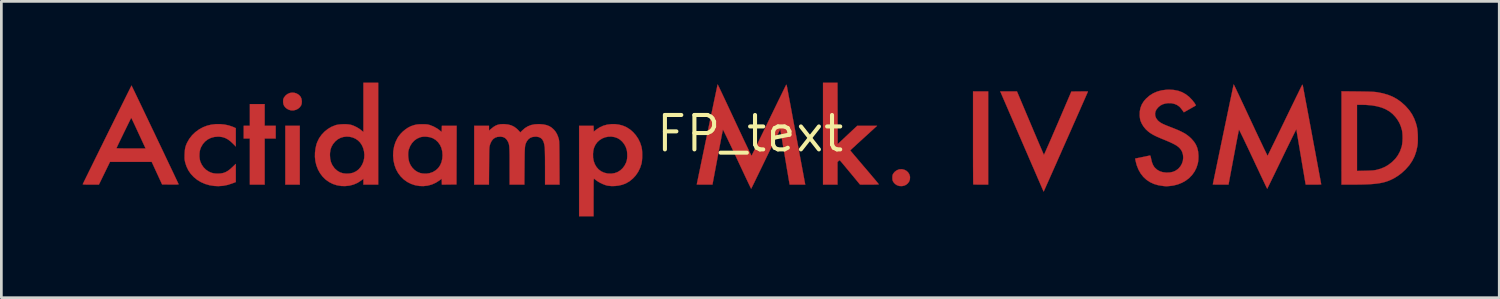
<source format=kicad_pcb>
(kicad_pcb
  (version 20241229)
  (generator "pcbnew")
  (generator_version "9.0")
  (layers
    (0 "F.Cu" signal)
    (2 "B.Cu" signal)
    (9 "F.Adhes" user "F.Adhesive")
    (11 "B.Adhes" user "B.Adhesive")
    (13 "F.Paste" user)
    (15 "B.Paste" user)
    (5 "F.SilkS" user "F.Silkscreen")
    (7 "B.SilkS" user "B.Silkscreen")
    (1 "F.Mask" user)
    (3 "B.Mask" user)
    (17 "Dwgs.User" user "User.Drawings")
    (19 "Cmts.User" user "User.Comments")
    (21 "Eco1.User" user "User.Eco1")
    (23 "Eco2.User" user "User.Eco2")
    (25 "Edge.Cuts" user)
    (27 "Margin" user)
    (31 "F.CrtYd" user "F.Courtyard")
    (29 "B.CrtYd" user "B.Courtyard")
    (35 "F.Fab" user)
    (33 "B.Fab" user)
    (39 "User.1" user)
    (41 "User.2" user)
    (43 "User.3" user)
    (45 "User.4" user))
  (footprint "FP_text"
    (layer "F.Cu")
    (at 24.64 1.885)
    (property "Reference" "FP_text" (at 0 0 0) (layer "F.SilkS") (effects (font (size 1.27 1.27) (thickness 0.15))))
    (attr through_hole)
    (fp_poly (pts (xy -16.624 1.88) (xy -17.158 1.88) (xy -17.158 -0.292) (xy -16.624 -0.292) (xy -16.624 1.88)) (stroke (width 0.01) (type solid)) (fill yes) (layer "F.Cu"))
    (fp_poly (pts (xy -17.92 -0.292) (xy -17.513 -0.292) (xy -17.513 0.178) (xy -17.92 0.178) (xy -17.92 1.88) (xy -18.466 1.88) (xy -18.466 0.178) (xy -18.694 0.178) (xy -18.694 -0.292) (xy -18.466 -0.292) (xy -18.466 -1.092) (xy -17.92 -1.092) (xy -17.92 -0.292)) (stroke (width 0.01) (type solid)) (fill yes) (layer "F.Cu"))
    (fp_poly (pts (xy 8.788 1.88) (xy 8.517 1.88) (xy 8.437 1.879) (xy 8.365 1.878) (xy 8.306 1.877) (xy 8.263 1.874) (xy 8.24 1.872) (xy 8.238 1.871) (xy 8.237 1.858) (xy 8.236 1.82) (xy 8.235 1.76) (xy 8.234 1.68) (xy 8.233 1.579) (xy 8.233 1.461) (xy 8.232 1.326) (xy 8.231 1.176) (xy 8.231 1.012) (xy 8.23 0.836) (xy 8.23 0.65) (xy 8.23 0.454) (xy 8.23 0.251) (xy 8.23 0.15) (xy 8.23 -1.562) (xy 8.788 -1.562) (xy 8.788 1.88)) (stroke (width 0.01) (type solid)) (fill yes) (layer "F.Cu"))
    (fp_poly (pts (xy -16.824 -1.51) (xy -16.738 -1.483) (xy -16.659 -1.434) (xy -16.647 -1.424) (xy -16.594 -1.364) (xy -16.562 -1.293) (xy -16.549 -1.209) (xy -16.548 -1.187) (xy -16.553 -1.118) (xy -16.567 -1.063) (xy -16.574 -1.046) (xy -16.621 -0.977) (xy -16.686 -0.922) (xy -16.763 -0.882) (xy -16.848 -0.861) (xy -16.936 -0.86) (xy -16.963 -0.864) (xy -17.048 -0.892) (xy -17.123 -0.939) (xy -17.153 -0.967) (xy -17.199 -1.024) (xy -17.226 -1.082) (xy -17.238 -1.149) (xy -17.239 -1.188) (xy -17.238 -1.242) (xy -17.23 -1.281) (xy -17.215 -1.318) (xy -17.205 -1.336) (xy -17.148 -1.41) (xy -17.077 -1.465) (xy -16.997 -1.501) (xy -16.911 -1.516) (xy -16.824 -1.51)) (stroke (width 0.01) (type solid)) (fill yes) (layer "F.Cu"))
    (fp_poly (pts (xy 5.692 1.331) (xy 5.767 1.369) (xy 5.828 1.423) (xy 5.873 1.491) (xy 5.899 1.571) (xy 5.903 1.602) (xy 5.898 1.688) (xy 5.871 1.765) (xy 5.825 1.83) (xy 5.764 1.882) (xy 5.69 1.918) (xy 5.605 1.935) (xy 5.513 1.931) (xy 5.5 1.929) (xy 5.421 1.902) (xy 5.35 1.855) (xy 5.294 1.792) (xy 5.29 1.785) (xy 5.27 1.749) (xy 5.258 1.717) (xy 5.253 1.679) (xy 5.251 1.626) (xy 5.251 1.626) (xy 5.253 1.572) (xy 5.258 1.534) (xy 5.269 1.502) (xy 5.29 1.466) (xy 5.29 1.466) (xy 5.338 1.408) (xy 5.403 1.359) (xy 5.475 1.325) (xy 5.52 1.314) (xy 5.609 1.311) (xy 5.692 1.331)) (stroke (width 0.01) (type solid)) (fill yes) (layer "F.Cu"))
    (fp_poly (pts (xy 3.229 -0.747) (xy 3.232 0.386) (xy 3.956 -0.292) (xy 4.321 -0.292) (xy 4.686 -0.292) (xy 4.531 -0.149) (xy 4.483 -0.106) (xy 4.42 -0.048) (xy 4.346 0.02) (xy 4.263 0.095) (xy 4.176 0.174) (xy 4.089 0.254) (xy 4.035 0.303) (xy 3.957 0.374) (xy 3.886 0.44) (xy 3.823 0.498) (xy 3.77 0.546) (xy 3.73 0.584) (xy 3.704 0.608) (xy 3.696 0.617) (xy 3.704 0.627) (xy 3.727 0.655) (xy 3.764 0.699) (xy 3.813 0.757) (xy 3.873 0.828) (xy 3.943 0.91) (xy 4.021 1.002) (xy 4.106 1.102) (xy 4.196 1.208) (xy 4.223 1.239) (xy 4.314 1.346) (xy 4.401 1.448) (xy 4.481 1.543) (xy 4.553 1.629) (xy 4.617 1.704) (xy 4.669 1.767) (xy 4.71 1.816) (xy 4.737 1.85) (xy 4.749 1.867) (xy 4.75 1.868) (xy 4.738 1.871) (xy 4.702 1.874) (xy 4.647 1.876) (xy 4.574 1.878) (xy 4.487 1.879) (xy 4.404 1.879) (xy 4.058 1.878) (xy 3.696 1.44) (xy 3.62 1.349) (xy 3.549 1.263) (xy 3.485 1.186) (xy 3.428 1.118) (xy 3.382 1.062) (xy 3.346 1.021) (xy 3.324 0.995) (xy 3.317 0.988) (xy 3.301 0.983) (xy 3.278 0.997) (xy 3.263 1.01) (xy 3.226 1.046) (xy 3.226 1.88) (xy 2.692 1.88) (xy 2.692 -1.88) (xy 3.226 -1.88) (xy 3.229 -0.747)) (stroke (width 0.01) (type solid)) (fill yes) (layer "F.Cu"))
    (fp_poly (pts (xy -19.398 -0.337) (xy -19.239 -0.303) (xy -19.093 -0.253) (xy -19.072 -0.244) (xy -18.986 -0.205) (xy -18.986 0.472) (xy -19.085 0.372) (xy -19.185 0.279) (xy -19.282 0.208) (xy -19.378 0.158) (xy -19.477 0.126) (xy -19.585 0.111) (xy -19.647 0.109) (xy -19.782 0.121) (xy -19.907 0.156) (xy -20.019 0.211) (xy -20.118 0.287) (xy -20.201 0.382) (xy -20.267 0.494) (xy -20.297 0.569) (xy -20.317 0.65) (xy -20.326 0.745) (xy -20.327 0.846) (xy -20.317 0.942) (xy -20.298 1.024) (xy -20.296 1.029) (xy -20.245 1.141) (xy -20.176 1.242) (xy -20.091 1.327) (xy -19.995 1.393) (xy -19.992 1.395) (xy -19.907 1.434) (xy -19.825 1.459) (xy -19.736 1.471) (xy -19.653 1.474) (xy -19.548 1.469) (xy -19.454 1.452) (xy -19.368 1.422) (xy -19.283 1.375) (xy -19.196 1.31) (xy -19.108 1.23) (xy -18.986 1.115) (xy -18.986 1.785) (xy -19.104 1.831) (xy -19.28 1.889) (xy -19.454 1.924) (xy -19.63 1.936) (xy -19.782 1.929) (xy -19.956 1.902) (xy -20.12 1.854) (xy -20.273 1.787) (xy -20.413 1.702) (xy -20.538 1.6) (xy -20.647 1.483) (xy -20.737 1.352) (xy -20.807 1.208) (xy -20.854 1.06) (xy -20.865 1.009) (xy -20.873 0.963) (xy -20.877 0.914) (xy -20.877 0.856) (xy -20.876 0.781) (xy -20.875 0.762) (xy -20.87 0.661) (xy -20.862 0.578) (xy -20.848 0.506) (xy -20.828 0.438) (xy -20.799 0.367) (xy -20.783 0.331) (xy -20.702 0.19) (xy -20.601 0.06) (xy -20.481 -0.056) (xy -20.345 -0.156) (xy -20.196 -0.238) (xy -20.045 -0.296) (xy -19.893 -0.333) (xy -19.73 -0.352) (xy -19.563 -0.353) (xy -19.398 -0.337)) (stroke (width 0.01) (type solid)) (fill yes) (layer "F.Cu"))
    (fp_poly (pts (xy -13.729 1.88) (xy -14.275 1.88) (xy -14.275 1.665) (xy -14.361 1.73) (xy -14.494 1.816) (xy -14.638 1.878) (xy -14.792 1.918) (xy -14.955 1.934) (xy -15.094 1.93) (xy -15.253 1.904) (xy -15.403 1.855) (xy -15.541 1.785) (xy -15.667 1.696) (xy -15.778 1.588) (xy -15.873 1.463) (xy -15.951 1.323) (xy -16.011 1.168) (xy -16.048 1.012) (xy -16.064 0.86) (xy -16.063 0.787) (xy -15.511 0.787) (xy -15.502 0.924) (xy -15.474 1.046) (xy -15.426 1.155) (xy -15.357 1.255) (xy -15.326 1.291) (xy -15.236 1.37) (xy -15.138 1.427) (xy -15.028 1.462) (xy -14.907 1.475) (xy -14.802 1.471) (xy -14.743 1.462) (xy -14.68 1.448) (xy -14.64 1.435) (xy -14.536 1.383) (xy -14.447 1.313) (xy -14.372 1.226) (xy -14.313 1.126) (xy -14.27 1.015) (xy -14.245 0.898) (xy -14.239 0.775) (xy -14.252 0.651) (xy -14.285 0.528) (xy -14.33 0.426) (xy -14.395 0.328) (xy -14.476 0.247) (xy -14.569 0.185) (xy -14.672 0.14) (xy -14.781 0.114) (xy -14.893 0.107) (xy -15.005 0.119) (xy -15.113 0.151) (xy -15.214 0.203) (xy -15.305 0.276) (xy -15.324 0.296) (xy -15.401 0.39) (xy -15.455 0.487) (xy -15.491 0.592) (xy -15.508 0.709) (xy -15.511 0.787) (xy -16.063 0.787) (xy -16.062 0.702) (xy -16.043 0.543) (xy -16.008 0.393) (xy -15.977 0.305) (xy -15.909 0.167) (xy -15.819 0.04) (xy -15.712 -0.074) (xy -15.589 -0.173) (xy -15.455 -0.253) (xy -15.312 -0.311) (xy -15.284 -0.32) (xy -15.209 -0.335) (xy -15.119 -0.345) (xy -15.02 -0.35) (xy -14.92 -0.35) (xy -14.828 -0.343) (xy -14.751 -0.331) (xy -14.732 -0.327) (xy -14.632 -0.292) (xy -14.527 -0.242) (xy -14.427 -0.182) (xy -14.361 -0.133) (xy -14.275 -0.064) (xy -14.275 -1.88) (xy -13.729 -1.88) (xy -13.729 1.88)) (stroke (width 0.01) (type solid)) (fill yes) (layer "F.Cu"))
    (fp_poly (pts (xy 22.419 -1.559) (xy 22.569 -1.557) (xy 22.697 -1.555) (xy 22.804 -1.553) (xy 22.894 -1.55) (xy 22.968 -1.547) (xy 23.03 -1.543) (xy 23.082 -1.539) (xy 23.126 -1.534) (xy 23.146 -1.531) (xy 23.353 -1.491) (xy 23.541 -1.437) (xy 23.714 -1.368) (xy 23.873 -1.281) (xy 24.022 -1.176) (xy 24.165 -1.05) (xy 24.213 -1.002) (xy 24.335 -0.862) (xy 24.435 -0.715) (xy 24.515 -0.558) (xy 24.579 -0.387) (xy 24.615 -0.254) (xy 24.628 -0.178) (xy 24.639 -0.083) (xy 24.646 0.024) (xy 24.649 0.135) (xy 24.649 0.246) (xy 24.645 0.348) (xy 24.636 0.435) (xy 24.634 0.453) (xy 24.591 0.649) (xy 24.528 0.832) (xy 24.443 1.001) (xy 24.336 1.16) (xy 24.205 1.309) (xy 24.188 1.327) (xy 24.056 1.448) (xy 23.924 1.549) (xy 23.783 1.637) (xy 23.735 1.663) (xy 23.648 1.705) (xy 23.561 1.742) (xy 23.47 1.773) (xy 23.373 1.8) (xy 23.267 1.822) (xy 23.151 1.84) (xy 23.022 1.854) (xy 22.878 1.865) (xy 22.717 1.872) (xy 22.536 1.877) (xy 22.332 1.879) (xy 22.241 1.879) (xy 21.831 1.88) (xy 21.831 -1.067) (xy 22.403 -1.067) (xy 22.403 1.375) (xy 22.704 1.368) (xy 22.814 1.365) (xy 22.903 1.361) (xy 22.975 1.357) (xy 23.034 1.351) (xy 23.085 1.343) (xy 23.12 1.336) (xy 23.288 1.289) (xy 23.442 1.222) (xy 23.553 1.157) (xy 23.696 1.049) (xy 23.817 0.928) (xy 23.916 0.794) (xy 23.994 0.646) (xy 24.051 0.484) (xy 24.057 0.461) (xy 24.071 0.382) (xy 24.081 0.288) (xy 24.086 0.184) (xy 24.085 0.079) (xy 24.079 -0.019) (xy 24.069 -0.103) (xy 24.062 -0.133) (xy 24.019 -0.278) (xy 23.963 -0.408) (xy 23.889 -0.529) (xy 23.822 -0.618) (xy 23.718 -0.729) (xy 23.598 -0.824) (xy 23.461 -0.903) (xy 23.307 -0.966) (xy 23.134 -1.013) (xy 22.943 -1.046) (xy 22.732 -1.063) (xy 22.573 -1.067) (xy 22.403 -1.067) (xy 21.831 -1.067) (xy 21.831 -1.565) (xy 22.419 -1.559)) (stroke (width 0.01) (type solid)) (fill yes) (layer "F.Cu"))
    (fp_poly (pts (xy -12.025 -0.349) (xy -11.966 -0.346) (xy -11.919 -0.342) (xy -11.878 -0.335) (xy -11.836 -0.323) (xy -11.824 -0.32) (xy -11.682 -0.264) (xy -11.547 -0.188) (xy -11.468 -0.131) (xy -11.386 -0.064) (xy -11.382 -0.178) (xy -11.378 -0.292) (xy -10.833 -0.292) (xy -10.839 1.873) (xy -11.378 1.88) (xy -11.382 1.772) (xy -11.386 1.663) (xy -11.462 1.721) (xy -11.601 1.81) (xy -11.749 1.876) (xy -11.904 1.918) (xy -12.065 1.935) (xy -12.205 1.93) (xy -12.365 1.903) (xy -12.517 1.852) (xy -12.657 1.781) (xy -12.784 1.69) (xy -12.896 1.581) (xy -12.992 1.455) (xy -13.069 1.315) (xy -13.124 1.166) (xy -13.163 0.992) (xy -13.178 0.817) (xy -13.177 0.789) (xy -12.623 0.789) (xy -12.617 0.877) (xy -12.605 0.963) (xy -12.588 1.036) (xy -12.585 1.048) (xy -12.534 1.162) (xy -12.465 1.262) (xy -12.381 1.345) (xy -12.284 1.409) (xy -12.176 1.453) (xy -12.078 1.471) (xy -11.95 1.475) (xy -11.834 1.458) (xy -11.724 1.421) (xy -11.701 1.41) (xy -11.596 1.345) (xy -11.509 1.262) (xy -11.441 1.164) (xy -11.392 1.05) (xy -11.363 0.922) (xy -11.354 0.794) (xy -11.364 0.653) (xy -11.395 0.528) (xy -11.446 0.415) (xy -11.519 0.314) (xy -11.524 0.309) (xy -11.612 0.227) (xy -11.709 0.168) (xy -11.819 0.13) (xy -11.942 0.112) (xy -11.989 0.11) (xy -12.061 0.111) (xy -12.118 0.118) (xy -12.171 0.13) (xy -12.195 0.138) (xy -12.305 0.188) (xy -12.401 0.259) (xy -12.483 0.349) (xy -12.549 0.455) (xy -12.597 0.576) (xy -12.613 0.639) (xy -12.621 0.706) (xy -12.623 0.789) (xy -13.177 0.789) (xy -13.172 0.645) (xy -13.143 0.477) (xy -13.093 0.317) (xy -13.021 0.168) (xy -12.978 0.1) (xy -12.907 0.01) (xy -12.821 -0.078) (xy -12.725 -0.157) (xy -12.626 -0.224) (xy -12.529 -0.273) (xy -12.512 -0.28) (xy -12.435 -0.307) (xy -12.369 -0.326) (xy -12.305 -0.339) (xy -12.236 -0.346) (xy -12.154 -0.349) (xy -12.103 -0.349) (xy -12.025 -0.349)) (stroke (width 0.01) (type solid)) (fill yes) (layer "F.Cu"))
    (fp_poly (pts (xy 10.344 -0.393) (xy 10.413 -0.23) (xy 10.479 -0.073) (xy 10.542 0.075) (xy 10.601 0.214) (xy 10.655 0.341) (xy 10.704 0.455) (xy 10.747 0.555) (xy 10.783 0.639) (xy 10.811 0.704) (xy 10.832 0.751) (xy 10.843 0.776) (xy 10.846 0.781) (xy 10.852 0.77) (xy 10.867 0.738) (xy 10.891 0.685) (xy 10.923 0.614) (xy 10.962 0.525) (xy 11.008 0.421) (xy 11.06 0.303) (xy 11.117 0.172) (xy 11.178 0.03) (xy 11.243 -0.121) (xy 11.312 -0.28) (xy 11.357 -0.385) (xy 11.859 -1.556) (xy 12.165 -1.559) (xy 12.251 -1.56) (xy 12.327 -1.56) (xy 12.39 -1.56) (xy 12.437 -1.559) (xy 12.465 -1.558) (xy 12.471 -1.557) (xy 12.466 -1.545) (xy 12.452 -1.511) (xy 12.428 -1.457) (xy 12.396 -1.384) (xy 12.357 -1.294) (xy 12.31 -1.189) (xy 12.257 -1.069) (xy 12.199 -0.937) (xy 12.136 -0.793) (xy 12.068 -0.64) (xy 11.997 -0.479) (xy 11.922 -0.311) (xy 11.846 -0.138) (xy 11.768 0.039) (xy 11.689 0.217) (xy 11.609 0.397) (xy 11.53 0.575) (xy 11.453 0.751) (xy 11.376 0.923) (xy 11.303 1.09) (xy 11.232 1.249) (xy 11.165 1.4) (xy 11.102 1.541) (xy 11.045 1.671) (xy 10.993 1.788) (xy 10.947 1.89) (xy 10.909 1.976) (xy 10.878 2.045) (xy 10.856 2.095) (xy 10.843 2.124) (xy 10.84 2.131) (xy 10.831 2.127) (xy 10.829 2.125) (xy 10.824 2.113) (xy 10.809 2.079) (xy 10.785 2.024) (xy 10.754 1.951) (xy 10.714 1.861) (xy 10.669 1.755) (xy 10.616 1.635) (xy 10.559 1.502) (xy 10.497 1.358) (xy 10.43 1.205) (xy 10.36 1.043) (xy 10.287 0.875) (xy 10.213 0.702) (xy 10.136 0.526) (xy 10.059 0.347) (xy 9.981 0.168) (xy 9.904 -0.01) (xy 9.829 -0.185) (xy 9.755 -0.356) (xy 9.683 -0.522) (xy 9.615 -0.68) (xy 9.55 -0.829) (xy 9.49 -0.969) (xy 9.435 -1.096) (xy 9.385 -1.211) (xy 9.342 -1.31) (xy 9.306 -1.393) (xy 9.278 -1.459) (xy 9.276 -1.464) (xy 9.234 -1.562) (xy 9.85 -1.562) (xy 10.344 -0.393)) (stroke (width 0.01) (type solid)) (fill yes) (layer "F.Cu"))
    (fp_poly (pts (xy -4.981 -0.352) (xy -4.85 -0.336) (xy -4.721 -0.304) (xy -4.7 -0.297) (xy -4.564 -0.239) (xy -4.437 -0.159) (xy -4.321 -0.059) (xy -4.218 0.058) (xy -4.13 0.189) (xy -4.06 0.332) (xy -4.01 0.484) (xy -4.004 0.513) (xy -3.991 0.59) (xy -3.984 0.686) (xy -3.982 0.79) (xy -3.984 0.895) (xy -3.992 0.995) (xy -4.004 1.08) (xy -4.01 1.108) (xy -4.061 1.263) (xy -4.132 1.408) (xy -4.222 1.54) (xy -4.329 1.656) (xy -4.449 1.755) (xy -4.583 1.833) (xy -4.603 1.842) (xy -4.722 1.886) (xy -4.855 1.916) (xy -4.993 1.932) (xy -5.13 1.933) (xy -5.257 1.919) (xy -5.29 1.912) (xy -5.361 1.89) (xy -5.444 1.857) (xy -5.53 1.816) (xy -5.608 1.772) (xy -5.669 1.731) (xy -5.707 1.702) (xy -5.739 1.677) (xy -5.755 1.665) (xy -5.76 1.662) (xy -5.764 1.663) (xy -5.768 1.668) (xy -5.771 1.681) (xy -5.773 1.703) (xy -5.775 1.736) (xy -5.776 1.781) (xy -5.777 1.842) (xy -5.778 1.919) (xy -5.778 2.016) (xy -5.778 2.132) (xy -5.778 2.272) (xy -5.779 2.348) (xy -5.779 3.048) (xy -6.312 3.048) (xy -6.312 0.743) (xy -5.799 0.743) (xy -5.797 0.882) (xy -5.773 1.011) (xy -5.731 1.127) (xy -5.671 1.23) (xy -5.594 1.317) (xy -5.502 1.387) (xy -5.396 1.437) (xy -5.278 1.467) (xy -5.245 1.471) (xy -5.116 1.474) (xy -4.998 1.455) (xy -4.895 1.418) (xy -4.794 1.356) (xy -4.706 1.275) (xy -4.633 1.178) (xy -4.578 1.068) (xy -4.554 0.995) (xy -4.541 0.923) (xy -4.535 0.836) (xy -4.536 0.745) (xy -4.543 0.658) (xy -4.553 0.6) (xy -4.59 0.49) (xy -4.646 0.387) (xy -4.718 0.296) (xy -4.802 0.22) (xy -4.892 0.165) (xy -5.006 0.125) (xy -5.123 0.107) (xy -5.24 0.111) (xy -5.354 0.134) (xy -5.461 0.177) (xy -5.558 0.238) (xy -5.642 0.315) (xy -5.709 0.409) (xy -5.721 0.432) (xy -5.755 0.505) (xy -5.777 0.575) (xy -5.791 0.65) (xy -5.799 0.74) (xy -5.799 0.743) (xy -6.312 0.743) (xy -6.312 -0.292) (xy -5.779 -0.292) (xy -5.776 -0.185) (xy -5.772 -0.077) (xy -5.69 -0.142) (xy -5.559 -0.23) (xy -5.422 -0.294) (xy -5.277 -0.334) (xy -5.124 -0.352) (xy -4.981 -0.352)) (stroke (width 0.01) (type solid)) (fill yes) (layer "F.Cu"))
    (fp_poly (pts (xy -22.829 -1.766) (xy -22.813 -1.733) (xy -22.787 -1.681) (xy -22.753 -1.61) (xy -22.71 -1.522) (xy -22.661 -1.418) (xy -22.604 -1.3) (xy -22.542 -1.17) (xy -22.474 -1.029) (xy -22.402 -0.878) (xy -22.326 -0.719) (xy -22.247 -0.554) (xy -22.166 -0.383) (xy -22.083 -0.209) (xy -21.998 -0.033) (xy -21.914 0.144) (xy -21.83 0.321) (xy -21.747 0.494) (xy -21.666 0.664) (xy -21.588 0.829) (xy -21.513 0.987) (xy -21.442 1.137) (xy -21.375 1.277) (xy -21.314 1.405) (xy -21.259 1.521) (xy -21.211 1.623) (xy -21.17 1.709) (xy -21.138 1.778) (xy -21.114 1.828) (xy -21.101 1.858) (xy -21.097 1.867) (xy -21.106 1.871) (xy -21.135 1.874) (xy -21.187 1.877) (xy -21.263 1.877) (xy -21.362 1.877) (xy -21.399 1.877) (xy -21.706 1.873) (xy -21.898 1.457) (xy -22.089 1.041) (xy -23.63 1.041) (xy -24.039 1.88) (xy -24.34 1.88) (xy -24.444 1.879) (xy -24.524 1.878) (xy -24.581 1.876) (xy -24.618 1.872) (xy -24.634 1.868) (xy -24.635 1.866) (xy -24.629 1.851) (xy -24.612 1.816) (xy -24.585 1.76) (xy -24.549 1.687) (xy -24.505 1.597) (xy -24.453 1.492) (xy -24.395 1.373) (xy -24.33 1.242) (xy -24.26 1.1) (xy -24.186 0.949) (xy -24.107 0.789) (xy -24.026 0.624) (xy -23.982 0.535) (xy -23.391 0.535) (xy -23.38 0.537) (xy -23.345 0.54) (xy -23.289 0.542) (xy -23.215 0.543) (xy -23.123 0.545) (xy -23.016 0.546) (xy -22.896 0.546) (xy -22.855 0.546) (xy -22.315 0.546) (xy -22.414 0.333) (xy -22.446 0.264) (xy -22.486 0.177) (xy -22.532 0.079) (xy -22.581 -0.027) (xy -22.63 -0.133) (xy -22.676 -0.232) (xy -22.716 -0.319) (xy -22.754 -0.399) (xy -22.787 -0.468) (xy -22.814 -0.523) (xy -22.833 -0.562) (xy -22.844 -0.582) (xy -22.846 -0.584) (xy -22.853 -0.573) (xy -22.869 -0.541) (xy -22.893 -0.493) (xy -22.925 -0.429) (xy -22.962 -0.353) (xy -23.004 -0.268) (xy -23.049 -0.175) (xy -23.096 -0.079) (xy -23.144 0.019) (xy -23.191 0.116) (xy -23.236 0.209) (xy -23.278 0.295) (xy -23.315 0.372) (xy -23.346 0.438) (xy -23.37 0.489) (xy -23.386 0.522) (xy -23.391 0.535) (xy -23.982 0.535) (xy -23.941 0.453) (xy -23.856 0.28) (xy -23.769 0.104) (xy -23.682 -0.073) (xy -23.595 -0.248) (xy -23.509 -0.421) (xy -23.426 -0.59) (xy -23.345 -0.754) (xy -23.267 -0.91) (xy -23.193 -1.059) (xy -23.124 -1.197) (xy -23.061 -1.325) (xy -23.004 -1.439) (xy -22.954 -1.54) (xy -22.912 -1.624) (xy -22.878 -1.692) (xy -22.854 -1.741) (xy -22.839 -1.77) (xy -22.835 -1.777) (xy -22.829 -1.766)) (stroke (width 0.01) (type solid)) (fill yes) (layer "F.Cu"))
    (fp_poly (pts (xy -9.061 -0.352) (xy -8.929 -0.338) (xy -8.813 -0.306) (xy -8.709 -0.255) (xy -8.614 -0.184) (xy -8.553 -0.125) (xy -8.483 -0.048) (xy -8.416 -0.114) (xy -8.314 -0.204) (xy -8.205 -0.271) (xy -8.087 -0.318) (xy -7.958 -0.345) (xy -7.814 -0.353) (xy -7.754 -0.352) (xy -7.622 -0.34) (xy -7.509 -0.315) (xy -7.412 -0.277) (xy -7.326 -0.223) (xy -7.248 -0.153) (xy -7.242 -0.147) (xy -7.183 -0.075) (xy -7.135 0.004) (xy -7.095 0.096) (xy -7.072 0.166) (xy -7.066 0.186) (xy -7.061 0.205) (xy -7.057 0.225) (xy -7.053 0.249) (xy -7.05 0.278) (xy -7.048 0.316) (xy -7.046 0.363) (xy -7.044 0.421) (xy -7.043 0.494) (xy -7.042 0.582) (xy -7.041 0.688) (xy -7.04 0.814) (xy -7.039 0.963) (xy -7.039 1.07) (xy -7.035 1.88) (xy -7.569 1.88) (xy -7.569 1.241) (xy -7.57 1.112) (xy -7.57 0.988) (xy -7.571 0.87) (xy -7.573 0.763) (xy -7.575 0.669) (xy -7.577 0.592) (xy -7.579 0.533) (xy -7.582 0.497) (xy -7.582 0.495) (xy -7.601 0.38) (xy -7.63 0.286) (xy -7.671 0.214) (xy -7.724 0.162) (xy -7.791 0.128) (xy -7.872 0.111) (xy -7.931 0.109) (xy -8.031 0.121) (xy -8.116 0.153) (xy -8.186 0.206) (xy -8.241 0.279) (xy -8.25 0.295) (xy -8.265 0.325) (xy -8.278 0.354) (xy -8.289 0.383) (xy -8.298 0.415) (xy -8.305 0.452) (xy -8.311 0.496) (xy -8.315 0.55) (xy -8.319 0.616) (xy -8.322 0.696) (xy -8.324 0.793) (xy -8.325 0.908) (xy -8.327 1.044) (xy -8.328 1.197) (xy -8.333 1.88) (xy -8.877 1.88) (xy -8.878 1.197) (xy -8.878 1.035) (xy -8.878 0.897) (xy -8.879 0.78) (xy -8.881 0.681) (xy -8.883 0.599) (xy -8.886 0.531) (xy -8.89 0.476) (xy -8.896 0.431) (xy -8.903 0.393) (xy -8.911 0.361) (xy -8.922 0.333) (xy -8.934 0.306) (xy -8.941 0.29) (xy -8.99 0.213) (xy -9.048 0.158) (xy -9.119 0.124) (xy -9.204 0.11) (xy -9.233 0.11) (xy -9.331 0.119) (xy -9.413 0.148) (xy -9.482 0.196) (xy -9.539 0.264) (xy -9.584 0.355) (xy -9.606 0.418) (xy -9.611 0.437) (xy -9.616 0.458) (xy -9.62 0.481) (xy -9.624 0.51) (xy -9.626 0.546) (xy -9.629 0.593) (xy -9.63 0.651) (xy -9.632 0.724) (xy -9.633 0.813) (xy -9.634 0.921) (xy -9.635 1.05) (xy -9.636 1.191) (xy -9.641 1.88) (xy -10.185 1.88) (xy -10.185 -0.292) (xy -9.639 -0.292) (xy -9.639 -0.114) (xy -9.558 -0.182) (xy -9.47 -0.251) (xy -9.388 -0.3) (xy -9.306 -0.332) (xy -9.217 -0.349) (xy -9.114 -0.354) (xy -9.061 -0.352)) (stroke (width 0.01) (type solid)) (fill yes) (layer "F.Cu"))
    (fp_poly (pts (xy 15.641 -1.615) (xy 15.8 -1.584) (xy 15.947 -1.531) (xy 16.083 -1.455) (xy 16.209 -1.357) (xy 16.326 -1.235) (xy 16.405 -1.133) (xy 16.432 -1.091) (xy 16.449 -1.06) (xy 16.452 -1.042) (xy 16.451 -1.041) (xy 16.437 -1.032) (xy 16.405 -1.012) (xy 16.357 -0.985) (xy 16.298 -0.951) (xy 16.231 -0.913) (xy 16.225 -0.91) (xy 16.011 -0.789) (xy 15.951 -0.875) (xy 15.915 -0.921) (xy 15.878 -0.966) (xy 15.847 -0.998) (xy 15.844 -1.001) (xy 15.756 -1.062) (xy 15.654 -1.103) (xy 15.543 -1.126) (xy 15.425 -1.127) (xy 15.319 -1.111) (xy 15.23 -1.084) (xy 15.154 -1.045) (xy 15.083 -0.99) (xy 15.067 -0.975) (xy 15.004 -0.9) (xy 14.964 -0.82) (xy 14.949 -0.736) (xy 14.957 -0.652) (xy 14.989 -0.571) (xy 15.044 -0.496) (xy 15.072 -0.469) (xy 15.109 -0.438) (xy 15.149 -0.409) (xy 15.195 -0.382) (xy 15.252 -0.353) (xy 15.323 -0.322) (xy 15.41 -0.286) (xy 15.518 -0.244) (xy 15.526 -0.241) (xy 15.672 -0.184) (xy 15.798 -0.132) (xy 15.905 -0.083) (xy 15.997 -0.035) (xy 16.078 0.012) (xy 16.149 0.062) (xy 16.216 0.116) (xy 16.28 0.175) (xy 16.295 0.19) (xy 16.386 0.294) (xy 16.456 0.404) (xy 16.506 0.522) (xy 16.537 0.652) (xy 16.55 0.797) (xy 16.551 0.844) (xy 16.548 0.943) (xy 16.54 1.028) (xy 16.525 1.107) (xy 16.524 1.109) (xy 16.476 1.259) (xy 16.406 1.398) (xy 16.316 1.524) (xy 16.208 1.636) (xy 16.083 1.732) (xy 15.943 1.811) (xy 15.79 1.872) (xy 15.626 1.914) (xy 15.502 1.93) (xy 15.445 1.935) (xy 15.397 1.939) (xy 15.365 1.941) (xy 15.354 1.941) (xy 15.34 1.939) (xy 15.306 1.936) (xy 15.26 1.932) (xy 15.246 1.93) (xy 15.07 1.903) (xy 14.908 1.856) (xy 14.761 1.788) (xy 14.63 1.7) (xy 14.514 1.593) (xy 14.416 1.467) (xy 14.335 1.324) (xy 14.271 1.162) (xy 14.232 1.01) (xy 14.223 0.966) (xy 14.217 0.934) (xy 14.215 0.919) (xy 14.215 0.919) (xy 14.228 0.916) (xy 14.262 0.909) (xy 14.313 0.898) (xy 14.378 0.885) (xy 14.453 0.869) (xy 14.478 0.864) (xy 14.557 0.848) (xy 14.628 0.833) (xy 14.688 0.821) (xy 14.732 0.811) (xy 14.756 0.806) (xy 14.758 0.805) (xy 14.768 0.807) (xy 14.777 0.822) (xy 14.787 0.852) (xy 14.798 0.902) (xy 14.804 0.932) (xy 14.831 1.045) (xy 14.865 1.136) (xy 14.906 1.21) (xy 14.941 1.255) (xy 15.026 1.332) (xy 15.125 1.387) (xy 15.237 1.422) (xy 15.364 1.436) (xy 15.387 1.436) (xy 15.506 1.43) (xy 15.608 1.408) (xy 15.698 1.37) (xy 15.782 1.313) (xy 15.82 1.28) (xy 15.891 1.196) (xy 15.943 1.1) (xy 15.976 0.996) (xy 15.988 0.887) (xy 15.98 0.78) (xy 15.95 0.677) (xy 15.939 0.653) (xy 15.908 0.598) (xy 15.869 0.548) (xy 15.822 0.5) (xy 15.762 0.454) (xy 15.689 0.408) (xy 15.599 0.361) (xy 15.491 0.31) (xy 15.362 0.255) (xy 15.265 0.215) (xy 15.128 0.159) (xy 15.012 0.108) (xy 14.914 0.06) (xy 14.83 0.013) (xy 14.757 -0.034) (xy 14.691 -0.085) (xy 14.63 -0.141) (xy 14.604 -0.166) (xy 14.528 -0.257) (xy 14.462 -0.363) (xy 14.413 -0.473) (xy 14.407 -0.492) (xy 14.398 -0.532) (xy 14.389 -0.589) (xy 14.382 -0.65) (xy 14.381 -0.673) (xy 14.384 -0.819) (xy 14.411 -0.956) (xy 14.461 -1.083) (xy 14.536 -1.202) (xy 14.617 -1.294) (xy 14.743 -1.404) (xy 14.88 -1.491) (xy 15.03 -1.556) (xy 15.192 -1.6) (xy 15.367 -1.622) (xy 15.469 -1.626) (xy 15.641 -1.615)) (stroke (width 0.01) (type solid)) (fill yes) (layer "F.Cu"))
    (fp_poly (pts (xy -1.198 -1.814) (xy -1.195 -1.81) (xy -1.19 -1.802) (xy -1.182 -1.788) (xy -1.171 -1.766) (xy -1.157 -1.737) (xy -1.138 -1.699) (xy -1.115 -1.65) (xy -1.086 -1.59) (xy -1.052 -1.518) (xy -1.011 -1.431) (xy -0.963 -1.33) (xy -0.908 -1.213) (xy -0.845 -1.078) (xy -0.774 -0.926) (xy -0.693 -0.754) (xy -0.603 -0.561) (xy -0.503 -0.347) (xy -0.482 -0.302) (xy -0.408 -0.144) (xy -0.336 0.008) (xy -0.269 0.152) (xy -0.206 0.285) (xy -0.147 0.407) (xy -0.095 0.516) (xy -0.05 0.611) (xy -0.012 0.689) (xy 0.018 0.75) (xy 0.04 0.792) (xy 0.051 0.813) (xy 0.053 0.815) (xy 0.06 0.803) (xy 0.077 0.769) (xy 0.103 0.715) (xy 0.139 0.643) (xy 0.182 0.554) (xy 0.234 0.449) (xy 0.292 0.33) (xy 0.356 0.198) (xy 0.426 0.054) (xy 0.5 -0.099) (xy 0.578 -0.26) (xy 0.66 -0.428) (xy 0.692 -0.495) (xy 0.775 -0.666) (xy 0.855 -0.83) (xy 0.931 -0.987) (xy 1.002 -1.134) (xy 1.069 -1.271) (xy 1.13 -1.395) (xy 1.184 -1.506) (xy 1.231 -1.602) (xy 1.27 -1.681) (xy 1.3 -1.743) (xy 1.321 -1.785) (xy 1.332 -1.806) (xy 1.333 -1.808) (xy 1.341 -1.803) (xy 1.351 -1.778) (xy 1.358 -1.751) (xy 1.361 -1.733) (xy 1.369 -1.692) (xy 1.38 -1.63) (xy 1.396 -1.548) (xy 1.414 -1.448) (xy 1.436 -1.331) (xy 1.461 -1.2) (xy 1.488 -1.056) (xy 1.517 -0.901) (xy 1.547 -0.737) (xy 1.579 -0.565) (xy 1.612 -0.387) (xy 1.646 -0.205) (xy 1.681 -0.021) (xy 1.715 0.164) (xy 1.75 0.348) (xy 1.783 0.529) (xy 1.816 0.705) (xy 1.848 0.876) (xy 1.878 1.038) (xy 1.907 1.191) (xy 1.933 1.332) (xy 1.957 1.459) (xy 1.978 1.572) (xy 1.996 1.669) (xy 2.01 1.746) (xy 2.021 1.804) (xy 2.027 1.838) (xy 2.035 1.88) (xy 1.461 1.88) (xy 1.455 1.851) (xy 1.451 1.834) (xy 1.445 1.794) (xy 1.434 1.733) (xy 1.42 1.653) (xy 1.404 1.556) (xy 1.385 1.443) (xy 1.363 1.318) (xy 1.34 1.18) (xy 1.316 1.034) (xy 1.29 0.88) (xy 1.283 0.838) (xy 1.257 0.683) (xy 1.232 0.535) (xy 1.208 0.396) (xy 1.187 0.268) (xy 1.168 0.153) (xy 1.151 0.053) (xy 1.137 -0.03) (xy 1.126 -0.095) (xy 1.118 -0.139) (xy 1.115 -0.16) (xy 1.114 -0.162) (xy 1.108 -0.153) (xy 1.092 -0.123) (xy 1.067 -0.073) (xy 1.033 -0.004) (xy 0.99 0.081) (xy 0.941 0.181) (xy 0.885 0.295) (xy 0.823 0.422) (xy 0.756 0.559) (xy 0.685 0.705) (xy 0.611 0.858) (xy 0.578 0.927) (xy 0.502 1.084) (xy 0.429 1.234) (xy 0.36 1.376) (xy 0.296 1.508) (xy 0.237 1.629) (xy 0.185 1.737) (xy 0.139 1.831) (xy 0.101 1.908) (xy 0.071 1.969) (xy 0.05 2.009) (xy 0.039 2.03) (xy 0.038 2.032) (xy 0.032 2.02) (xy 0.016 1.988) (xy -0.01 1.935) (xy -0.044 1.864) (xy -0.085 1.777) (xy -0.134 1.674) (xy -0.189 1.558) (xy -0.249 1.429) (xy -0.314 1.291) (xy -0.384 1.143) (xy -0.456 0.989) (xy -0.482 0.933) (xy -0.555 0.777) (xy -0.626 0.627) (xy -0.692 0.486) (xy -0.755 0.355) (xy -0.812 0.236) (xy -0.863 0.13) (xy -0.907 0.039) (xy -0.944 -0.037) (xy -0.973 -0.094) (xy -0.993 -0.132) (xy -1.003 -0.149) (xy -1.004 -0.149) (xy -1.008 -0.135) (xy -1.015 -0.097) (xy -1.027 -0.038) (xy -1.043 0.04) (xy -1.061 0.136) (xy -1.082 0.247) (xy -1.106 0.371) (xy -1.132 0.508) (xy -1.16 0.654) (xy -1.189 0.808) (xy -1.201 0.873) (xy -1.39 1.88) (xy -1.679 1.88) (xy -1.762 1.879) (xy -1.835 1.879) (xy -1.896 1.878) (xy -1.94 1.877) (xy -1.965 1.876) (xy -1.968 1.875) (xy -1.966 1.861) (xy -1.959 1.824) (xy -1.947 1.766) (xy -1.931 1.688) (xy -1.911 1.592) (xy -1.888 1.479) (xy -1.861 1.351) (xy -1.832 1.211) (xy -1.801 1.059) (xy -1.767 0.897) (xy -1.732 0.727) (xy -1.695 0.551) (xy -1.658 0.37) (xy -1.619 0.186) (xy -1.581 0.001) (xy -1.542 -0.185) (xy -1.504 -0.368) (xy -1.466 -0.547) (xy -1.43 -0.722) (xy -1.395 -0.889) (xy -1.362 -1.048) (xy -1.331 -1.196) (xy -1.302 -1.333) (xy -1.276 -1.456) (xy -1.254 -1.563) (xy -1.234 -1.654) (xy -1.219 -1.726) (xy -1.208 -1.778) (xy -1.202 -1.807) (xy -1.2 -1.814) (xy -1.198 -1.814)) (stroke (width 0.01) (type solid)) (fill yes) (layer "F.Cu"))
    (fp_poly (pts (xy 17.853 -1.813) (xy 17.857 -1.808) (xy 17.862 -1.799) (xy 17.87 -1.784) (xy 17.881 -1.763) (xy 17.895 -1.734) (xy 17.914 -1.695) (xy 17.937 -1.647) (xy 17.965 -1.587) (xy 17.999 -1.515) (xy 18.04 -1.43) (xy 18.087 -1.329) (xy 18.141 -1.213) (xy 18.204 -1.08) (xy 18.275 -0.928) (xy 18.355 -0.757) (xy 18.444 -0.566) (xy 18.544 -0.353) (xy 18.562 -0.315) (xy 18.636 -0.155) (xy 18.708 -0.003) (xy 18.776 0.142) (xy 18.84 0.276) (xy 18.899 0.399) (xy 18.951 0.51) (xy 18.997 0.605) (xy 19.036 0.685) (xy 19.067 0.747) (xy 19.088 0.79) (xy 19.101 0.812) (xy 19.103 0.815) (xy 19.11 0.803) (xy 19.126 0.769) (xy 19.153 0.715) (xy 19.188 0.643) (xy 19.232 0.554) (xy 19.283 0.449) (xy 19.342 0.33) (xy 19.406 0.198) (xy 19.475 0.054) (xy 19.55 -0.099) (xy 19.628 -0.26) (xy 19.71 -0.428) (xy 19.742 -0.495) (xy 19.825 -0.666) (xy 19.904 -0.83) (xy 19.98 -0.987) (xy 20.052 -1.134) (xy 20.119 -1.271) (xy 20.179 -1.395) (xy 20.234 -1.506) (xy 20.28 -1.602) (xy 20.319 -1.681) (xy 20.35 -1.743) (xy 20.371 -1.785) (xy 20.382 -1.806) (xy 20.383 -1.808) (xy 20.391 -1.803) (xy 20.401 -1.778) (xy 20.407 -1.751) (xy 20.412 -1.727) (xy 20.421 -1.68) (xy 20.433 -1.613) (xy 20.45 -1.527) (xy 20.469 -1.423) (xy 20.491 -1.304) (xy 20.516 -1.171) (xy 20.544 -1.025) (xy 20.573 -0.868) (xy 20.604 -0.703) (xy 20.636 -0.531) (xy 20.669 -0.353) (xy 20.703 -0.171) (xy 20.737 0.013) (xy 20.771 0.197) (xy 20.805 0.38) (xy 20.839 0.56) (xy 20.872 0.736) (xy 20.903 0.905) (xy 20.933 1.066) (xy 20.961 1.217) (xy 20.987 1.357) (xy 21.01 1.483) (xy 21.031 1.595) (xy 21.049 1.69) (xy 21.063 1.767) (xy 21.073 1.824) (xy 21.08 1.86) (xy 21.082 1.872) (xy 21.07 1.874) (xy 21.036 1.876) (xy 20.984 1.878) (xy 20.917 1.879) (xy 20.839 1.88) (xy 20.796 1.88) (xy 20.511 1.88) (xy 20.505 1.851) (xy 20.501 1.834) (xy 20.494 1.794) (xy 20.484 1.733) (xy 20.47 1.653) (xy 20.454 1.556) (xy 20.435 1.443) (xy 20.413 1.318) (xy 20.39 1.18) (xy 20.365 1.034) (xy 20.34 0.88) (xy 20.333 0.838) (xy 20.306 0.683) (xy 20.282 0.535) (xy 20.258 0.396) (xy 20.237 0.268) (xy 20.217 0.153) (xy 20.2 0.053) (xy 20.186 -0.03) (xy 20.176 -0.095) (xy 20.168 -0.139) (xy 20.164 -0.161) (xy 20.164 -0.162) (xy 20.158 -0.153) (xy 20.142 -0.123) (xy 20.117 -0.073) (xy 20.083 -0.005) (xy 20.04 0.08) (xy 19.991 0.181) (xy 19.935 0.295) (xy 19.873 0.421) (xy 19.806 0.558) (xy 19.735 0.704) (xy 19.661 0.858) (xy 19.628 0.927) (xy 19.552 1.083) (xy 19.479 1.234) (xy 19.41 1.376) (xy 19.346 1.508) (xy 19.287 1.629) (xy 19.235 1.737) (xy 19.189 1.831) (xy 19.151 1.908) (xy 19.121 1.968) (xy 19.1 2.009) (xy 19.089 2.03) (xy 19.088 2.032) (xy 19.082 2.02) (xy 19.066 1.988) (xy 19.04 1.935) (xy 19.006 1.864) (xy 18.965 1.777) (xy 18.916 1.674) (xy 18.861 1.558) (xy 18.801 1.43) (xy 18.736 1.291) (xy 18.666 1.144) (xy 18.594 0.989) (xy 18.568 0.933) (xy 18.494 0.777) (xy 18.424 0.627) (xy 18.357 0.486) (xy 18.295 0.356) (xy 18.238 0.236) (xy 18.187 0.13) (xy 18.142 0.039) (xy 18.106 -0.036) (xy 18.077 -0.093) (xy 18.057 -0.131) (xy 18.047 -0.148) (xy 18.046 -0.149) (xy 18.042 -0.134) (xy 18.034 -0.097) (xy 18.023 -0.038) (xy 18.007 0.04) (xy 17.989 0.136) (xy 17.967 0.247) (xy 17.943 0.371) (xy 17.918 0.508) (xy 17.89 0.654) (xy 17.861 0.808) (xy 17.849 0.873) (xy 17.66 1.88) (xy 17.371 1.88) (xy 17.288 1.879) (xy 17.215 1.879) (xy 17.154 1.878) (xy 17.11 1.876) (xy 17.085 1.875) (xy 17.081 1.874) (xy 17.084 1.86) (xy 17.091 1.823) (xy 17.103 1.765) (xy 17.119 1.686) (xy 17.139 1.59) (xy 17.162 1.477) (xy 17.189 1.35) (xy 17.218 1.209) (xy 17.249 1.057) (xy 17.283 0.895) (xy 17.318 0.725) (xy 17.355 0.549) (xy 17.392 0.368) (xy 17.431 0.184) (xy 17.469 -0.001) (xy 17.508 -0.186) (xy 17.546 -0.37) (xy 17.584 -0.549) (xy 17.62 -0.723) (xy 17.655 -0.891) (xy 17.688 -1.049) (xy 17.719 -1.198) (xy 17.748 -1.334) (xy 17.774 -1.457) (xy 17.796 -1.564) (xy 17.815 -1.655) (xy 17.831 -1.727) (xy 17.842 -1.778) (xy 17.848 -1.807) (xy 17.85 -1.814) (xy 17.851 -1.814) (xy 17.853 -1.813)) (stroke (width 0.01) (type solid)) (fill yes) (layer "F.Cu")))
  (gr_rect
    (start -3 -3)
    (end 52.294 7.938)
    (stroke (width 0.1) (type default))
    (fill no)
    (layer "Edge.Cuts")))
</source>
